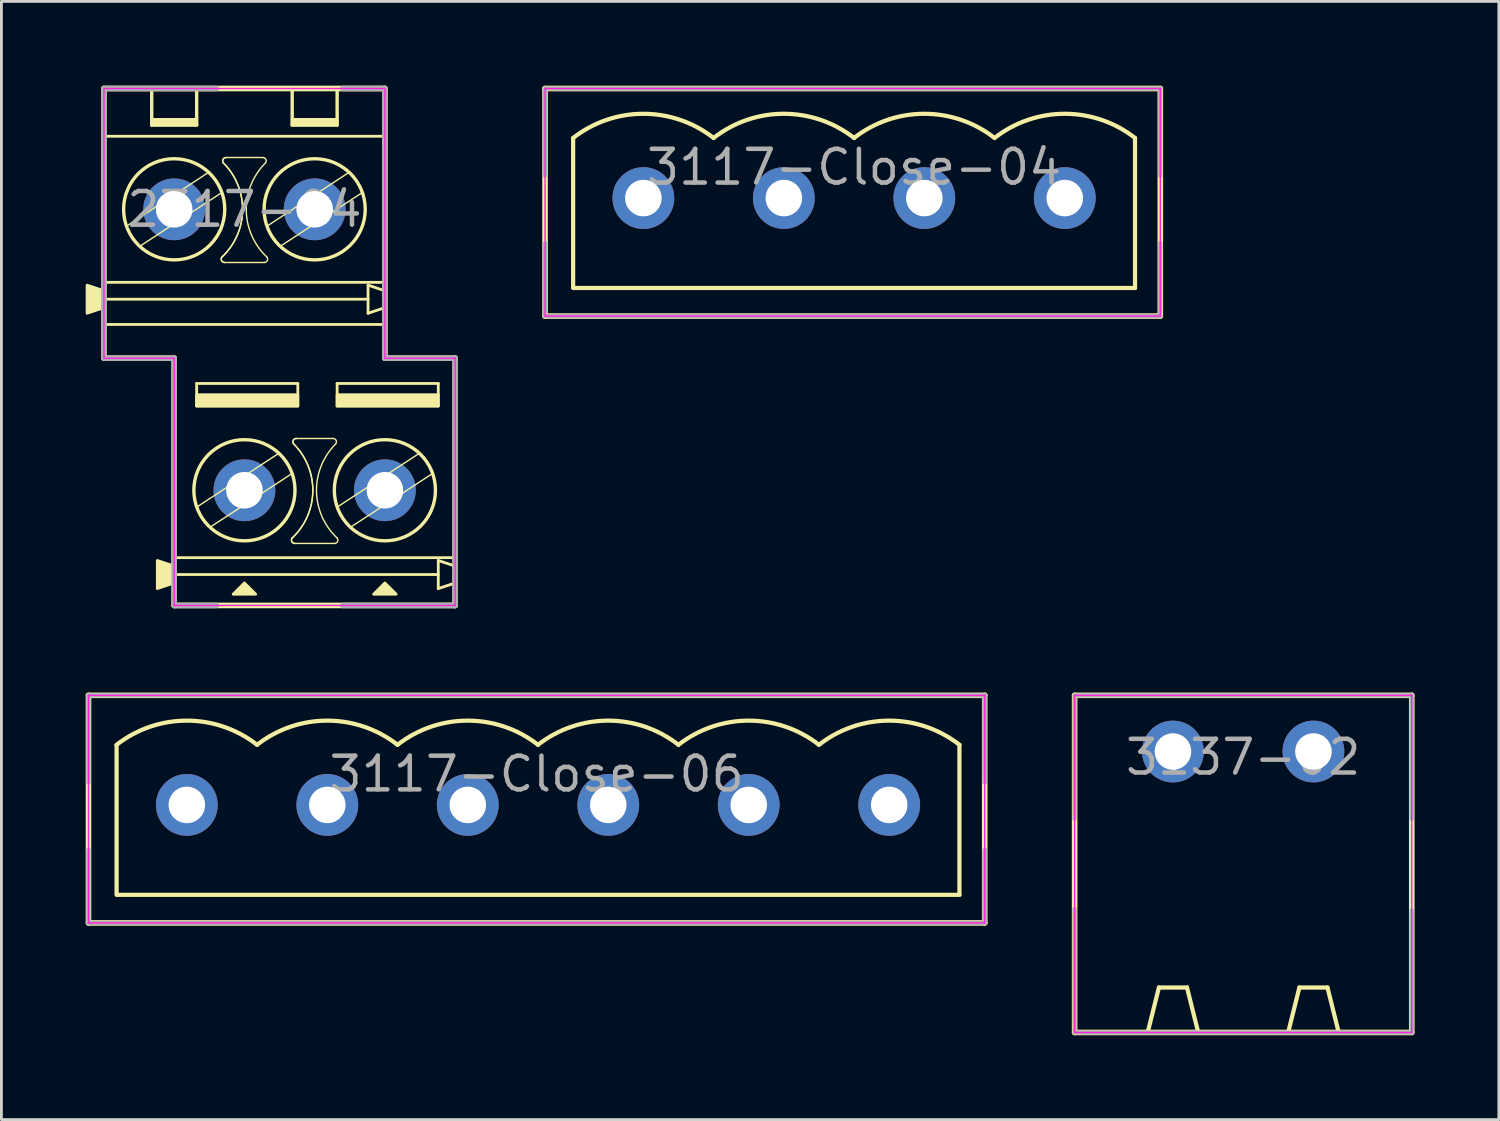
<source format=kicad_pcb>
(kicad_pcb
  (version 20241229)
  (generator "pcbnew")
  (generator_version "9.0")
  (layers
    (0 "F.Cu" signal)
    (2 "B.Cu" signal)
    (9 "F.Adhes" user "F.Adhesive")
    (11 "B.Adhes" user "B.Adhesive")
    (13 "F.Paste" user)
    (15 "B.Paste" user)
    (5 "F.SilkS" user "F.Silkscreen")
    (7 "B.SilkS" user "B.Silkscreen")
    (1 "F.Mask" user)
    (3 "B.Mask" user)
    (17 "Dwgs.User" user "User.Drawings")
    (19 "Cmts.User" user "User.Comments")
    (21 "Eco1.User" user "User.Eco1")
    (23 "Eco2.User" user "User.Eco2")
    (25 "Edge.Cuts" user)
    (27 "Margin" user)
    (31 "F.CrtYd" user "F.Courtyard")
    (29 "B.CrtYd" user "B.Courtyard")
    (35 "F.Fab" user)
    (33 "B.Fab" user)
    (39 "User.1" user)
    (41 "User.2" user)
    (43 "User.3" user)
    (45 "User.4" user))
  (footprint "3117-Close-06"
    (layer "F.Cu")
    (at 16.05 25.6)
    (property "Reference" "3117-Close-06" (at 0 -1.1 180) (layer "F.Fab") (effects (font (size 1.2 1.2) (thickness 0.16))))
    (attr through_hole)
    (fp_line (start -15.95 -3.9) (end 15.95 -3.9) (stroke (width 0.2) (type solid)) (layer "F.SilkS"))
    (fp_line (start -15.95 4.2) (end -15.95 -3.9) (stroke (width 0.2) (type solid)) (layer "F.SilkS"))
    (fp_line (start -15.95 4.2) (end 15.95 4.2) (stroke (width 0.2) (type solid)) (layer "F.SilkS"))
    (fp_line (start -14.95 3.2) (end -14.95 -2.139) (stroke (width 0.15) (type solid)) (layer "F.SilkS"))
    (fp_line (start 15.05 3.2) (end -14.92 3.2) (stroke (width 0.15) (type solid)) (layer "F.SilkS"))
    (fp_line (start 15.05 3.2) (end 15.05 -2.139) (stroke (width 0.15) (type solid)) (layer "F.SilkS"))
    (fp_line (start 15.95 4.2) (end 15.95 -3.9) (stroke (width 0.2) (type solid)) (layer "F.SilkS"))
    (fp_arc (start -14.95 -2.139212) (mid -12.45 -3) (end -9.95 -2.139212) (stroke (width 0.15) (type default)) (layer "F.SilkS"))
    (fp_arc (start -9.95 -2.139212) (mid -7.45 -3) (end -4.95 -2.139212) (stroke (width 0.15) (type default)) (layer "F.SilkS"))
    (fp_arc (start -4.95 -2.139212) (mid -2.45 -3) (end 0.05 -2.139212) (stroke (width 0.15) (type default)) (layer "F.SilkS"))
    (fp_arc (start 0.05 -2.139212) (mid 2.55 -3) (end 5.05 -2.139212) (stroke (width 0.15) (type default)) (layer "F.SilkS"))
    (fp_arc (start 5.05 -2.139212) (mid 7.55 -3) (end 10.05 -2.139212) (stroke (width 0.15) (type default)) (layer "F.SilkS"))
    (fp_arc (start 10.05 -2.139212) (mid 12.55 -3) (end 15.05 -2.139212) (stroke (width 0.15) (type default)) (layer "F.SilkS"))
    (fp_line (start -15.95 -3.9) (end -15.95 4.2) (stroke (width 0.05) (type solid)) (layer "F.CrtYd"))
    (fp_line (start -15.95 -3.9) (end 15.95 -3.9) (stroke (width 0.05) (type solid)) (layer "F.CrtYd"))
    (fp_line (start -15.95 4.2) (end 15.95 4.2) (stroke (width 0.05) (type solid)) (layer "F.CrtYd"))
    (fp_line (start 15.95 -3.9) (end 15.95 4.2) (stroke (width 0.05) (type solid)) (layer "F.CrtYd"))
    (fp_line (start -15.95 -3.9) (end -15.95 -0.8) (stroke (width 0.15) (type solid)) (layer "F.Fab"))
    (fp_line (start -15.95 -3.9) (end 15.95 -3.9) (stroke (width 0.15) (type solid)) (layer "F.Fab"))
    (fp_line (start -15.95 1.6) (end -15.95 4.2) (stroke (width 0.15) (type solid)) (layer "F.Fab"))
    (fp_line (start -15.95 4.2) (end 15.95 4.2) (stroke (width 0.15) (type solid)) (layer "F.Fab"))
    (fp_line (start 15.95 -3.9) (end 15.95 -0.8) (stroke (width 0.15) (type solid)) (layer "F.Fab"))
    (fp_line (start 15.95 -3.9) (end 15.95 -0.8) (stroke (width 0.15) (type solid)) (layer "F.Fab"))
    (fp_line (start 15.95 1.6) (end 15.95 4.2) (stroke (width 0.15) (type solid)) (layer "F.Fab"))
    (fp_line (start 15.95 1.6) (end 15.95 4.2) (stroke (width 0.15) (type solid)) (layer "F.Fab"))
    (pad "1" thru_hole circle (at -12.45 0) (size 2.2 2.2) (drill 1.3) (layers "*.Cu" "*.Mask"))
    (pad "2" thru_hole circle (at -7.45 0) (size 2.2 2.2) (drill 1.3) (layers "*.Cu" "*.Mask"))
    (pad "3" thru_hole circle (at -2.45 0) (size 2.2 2.2) (drill 1.3) (layers "*.Cu" "*.Mask"))
    (pad "4" thru_hole circle (at 2.55 0) (size 2.2 2.2) (drill 1.3) (layers "*.Cu" "*.Mask"))
    (pad "5" thru_hole circle (at 7.55 0) (size 2.2 2.2) (drill 1.3) (layers "*.Cu" "*.Mask"))
    (pad "6" thru_hole circle (at 12.55 0) (size 2.2 2.2) (drill 1.3) (layers "*.Cu" "*.Mask")))
  (footprint "3137-02"
    (layer "F.Cu")
    (at 41.2 23.7)
    (property "Reference" "3137-02" (at 0 0.2 180) (layer "F.Fab") (effects (font (size 1.2 1.2) (thickness 0.16))))
    (attr through_hole)
    (fp_line (start -6 10) (end -6 -2) (stroke (width 0.2) (type solid)) (layer "F.SilkS"))
    (fp_line (start -6 10) (end 6 10) (stroke (width 0.2) (type solid)) (layer "F.SilkS"))
    (fp_line (start -3 8.4) (end -3.4 10) (stroke (width 0.15) (type solid)) (layer "F.SilkS"))
    (fp_line (start -3 8.4) (end -2 8.4) (stroke (width 0.15) (type solid)) (layer "F.SilkS"))
    (fp_line (start -2 8.4) (end -1.6 10) (stroke (width 0.15) (type solid)) (layer "F.SilkS"))
    (fp_line (start 2 8.4) (end 1.6 10) (stroke (width 0.15) (type solid)) (layer "F.SilkS"))
    (fp_line (start 2 8.4) (end 3 8.4) (stroke (width 0.15) (type solid)) (layer "F.SilkS"))
    (fp_line (start 3 8.4) (end 3.4 10) (stroke (width 0.15) (type solid)) (layer "F.SilkS"))
    (fp_line (start 6 -2) (end -6 -2) (stroke (width 0.2) (type solid)) (layer "F.SilkS"))
    (fp_line (start 6 10) (end 6 -2) (stroke (width 0.2) (type solid)) (layer "F.SilkS"))
    (fp_line (start -6 -2) (end -6 10) (stroke (width 0.05) (type solid)) (layer "F.CrtYd"))
    (fp_line (start -6 -2) (end 6 -2) (stroke (width 0.05) (type solid)) (layer "F.CrtYd"))
    (fp_line (start -6 10) (end 6 10) (stroke (width 0.05) (type solid)) (layer "F.CrtYd"))
    (fp_line (start 6 -2) (end 6 10) (stroke (width 0.05) (type solid)) (layer "F.CrtYd"))
    (fp_line (start -6 -2) (end -6 2.4) (stroke (width 0.15) (type solid)) (layer "F.Fab"))
    (fp_line (start -6 -2) (end 6 -2) (stroke (width 0.15) (type solid)) (layer "F.Fab"))
    (fp_line (start -6 5.6) (end -6 10) (stroke (width 0.15) (type solid)) (layer "F.Fab"))
    (fp_line (start -6 10) (end 6 10) (stroke (width 0.15) (type solid)) (layer "F.Fab"))
    (fp_line (start 6 -2) (end 6 2.4) (stroke (width 0.15) (type solid)) (layer "F.Fab"))
    (fp_line (start 6 5.65) (end 6 10) (stroke (width 0.15) (type solid)) (layer "F.Fab"))
    (pad "1" thru_hole circle (at -2.5 0) (size 2.2 2.2) (drill 1.3) (layers "*.Cu" "*.Mask"))
    (pad "2" thru_hole circle (at 2.5 0) (size 2.2 2.2) (drill 1.3) (layers "*.Cu" "*.Mask")))
  (footprint "3117-Close-04"
    (layer "F.Cu")
    (at 27.35 4)
    (property "Reference" "3117-Close-04" (at 0 -1.1 180) (layer "F.Fab") (effects (font (size 1.2 1.2) (thickness 0.16))))
    (attr through_hole)
    (fp_line (start -11 -3.9) (end 10.9 -3.9) (stroke (width 0.2) (type solid)) (layer "F.SilkS"))
    (fp_line (start -11 4.2) (end -11 -3.9) (stroke (width 0.2) (type solid)) (layer "F.SilkS"))
    (fp_line (start -11 4.2) (end 10.9 4.2) (stroke (width 0.2) (type solid)) (layer "F.SilkS"))
    (fp_line (start -10 3.2) (end -10 -2.139) (stroke (width 0.15) (type solid)) (layer "F.SilkS"))
    (fp_line (start 10 3.2) (end -9.97 3.2) (stroke (width 0.15) (type solid)) (layer "F.SilkS"))
    (fp_line (start 10 3.2) (end 10 -2.139) (stroke (width 0.15) (type solid)) (layer "F.SilkS"))
    (fp_line (start 10.9 4.2) (end 10.9 -3.9) (stroke (width 0.2) (type solid)) (layer "F.SilkS"))
    (fp_arc (start -10 -2.139212) (mid -7.5 -3) (end -5 -2.139212) (stroke (width 0.15) (type default)) (layer "F.SilkS"))
    (fp_arc (start -5 -2.139212) (mid -2.5 -3) (end 0 -2.139212) (stroke (width 0.15) (type default)) (layer "F.SilkS"))
    (fp_arc (start 0 -2.139212) (mid 2.5 -3) (end 5 -2.139212) (stroke (width 0.15) (type default)) (layer "F.SilkS"))
    (fp_arc (start 5 -2.139212) (mid 7.5 -3) (end 10 -2.139212) (stroke (width 0.15) (type default)) (layer "F.SilkS"))
    (fp_line (start -11 -3.9) (end -11 4.2) (stroke (width 0.05) (type solid)) (layer "F.CrtYd"))
    (fp_line (start -11 -3.9) (end 10.9 -3.9) (stroke (width 0.05) (type solid)) (layer "F.CrtYd"))
    (fp_line (start -11 4.2) (end 10.9 4.2) (stroke (width 0.05) (type solid)) (layer "F.CrtYd"))
    (fp_line (start 10.9 -3.9) (end 10.9 4.2) (stroke (width 0.05) (type solid)) (layer "F.CrtYd"))
    (fp_line (start -11 -3.9) (end -11 -0.8) (stroke (width 0.15) (type solid)) (layer "F.Fab"))
    (fp_line (start -11 -3.9) (end 10.9 -3.9) (stroke (width 0.15) (type solid)) (layer "F.Fab"))
    (fp_line (start -11 1.6) (end -11 4.2) (stroke (width 0.15) (type solid)) (layer "F.Fab"))
    (fp_line (start -11 4.2) (end 10.9 4.2) (stroke (width 0.15) (type solid)) (layer "F.Fab"))
    (fp_line (start 10.9 -3.9) (end 10.9 -0.8) (stroke (width 0.15) (type solid)) (layer "F.Fab"))
    (fp_line (start 10.9 1.6) (end 10.9 4.2) (stroke (width 0.15) (type solid)) (layer "F.Fab"))
    (pad "1" thru_hole circle (at -7.5 0) (size 2.2 2.2) (drill 1.3) (layers "*.Cu" "*.Mask"))
    (pad "2" thru_hole circle (at -2.5 0) (size 2.2 2.2) (drill 1.3) (layers "*.Cu" "*.Mask"))
    (pad "3" thru_hole circle (at 2.5 0) (size 2.2 2.2) (drill 1.3) (layers "*.Cu" "*.Mask"))
    (pad "4" thru_hole circle (at 7.5 0) (size 2.2 2.2) (drill 1.3) (layers "*.Cu" "*.Mask")))
  (footprint "2317-04"
    (layer "F.Cu")
    (at 8.15 9.4)
    (property "Reference" "2317-04" (at -2.5 -5 180) (layer "F.Fab") (effects (font (size 1.2 1.2) (thickness 0.16))))
    (attr through_hole)
    (fp_line (start -7.5 -9.3) (end -7.5 0.3) (stroke (width 0.2) (type solid)) (layer "F.SilkS"))
    (fp_line (start -7.5 -9.3) (end 2.5 -9.3) (stroke (width 0.2) (type solid)) (layer "F.SilkS"))
    (fp_line (start -7.5 -7.6) (end 2.5 -7.6) (stroke (width 0.1) (type solid)) (layer "F.SilkS"))
    (fp_line (start -7.5 -2.4) (end 2.5 -2.4) (stroke (width 0.1) (type solid)) (layer "F.SilkS"))
    (fp_line (start -7.5 -1.8) (end 1.9 -1.8) (stroke (width 0.1) (type solid)) (layer "F.SilkS"))
    (fp_line (start -7.5 -0.9) (end 2.5 -0.9) (stroke (width 0.1) (type solid)) (layer "F.SilkS"))
    (fp_line (start -7.5 0.3) (end -5 0.3) (stroke (width 0.2) (type solid)) (layer "F.SilkS"))
    (fp_line (start -6.7 -4.4) (end -3.8 -6.3) (stroke (width 0.05) (type solid)) (layer "F.SilkS"))
    (fp_line (start -6.2 -3.7) (end -3.3 -5.6) (stroke (width 0.05) (type solid)) (layer "F.SilkS"))
    (fp_line (start -5.8 -9.3) (end -5.8 -8) (stroke (width 0.12) (type solid)) (layer "F.SilkS"))
    (fp_line (start -5.8 -8) (end -4.2 -8) (stroke (width 0.12) (type solid)) (layer "F.SilkS"))
    (fp_line (start -5 0.3) (end -5 9.1) (stroke (width 0.2) (type solid)) (layer "F.SilkS"))
    (fp_line (start -5 7.4) (end 5 7.4) (stroke (width 0.1) (type solid)) (layer "F.SilkS"))
    (fp_line (start -5 8) (end 4.4 8) (stroke (width 0.1) (type solid)) (layer "F.SilkS"))
    (fp_line (start -5 9.1) (end 5 9.1) (stroke (width 0.2) (type solid)) (layer "F.SilkS"))
    (fp_line (start -4.2 -8) (end -4.2 -9.3) (stroke (width 0.12) (type solid)) (layer "F.SilkS"))
    (fp_line (start -4.2 1.2) (end -0.6 1.2) (stroke (width 0.1) (type solid)) (layer "F.SilkS"))
    (fp_line (start -4.2 2) (end -4.2 1.2) (stroke (width 0.1) (type solid)) (layer "F.SilkS"))
    (fp_line (start -4.2 2) (end -0.6 2) (stroke (width 0.1) (type solid)) (layer "F.SilkS"))
    (fp_line (start -4.2 5.6) (end -1.3 3.7) (stroke (width 0.05) (type solid)) (layer "F.SilkS"))
    (fp_line (start -3.7 6.3) (end -0.8 4.4) (stroke (width 0.05) (type solid)) (layer "F.SilkS"))
    (fp_line (start -3.209 -3.107) (end -1.791 -3.107) (stroke (width 0.05) (type solid)) (layer "F.SilkS"))
    (fp_line (start -3.157 -6.843) (end -1.843 -6.843) (stroke (width 0.05) (type solid)) (layer "F.SilkS"))
    (fp_line (start -1.7 -4.4) (end 1.2 -6.3) (stroke (width 0.05) (type solid)) (layer "F.SilkS"))
    (fp_line (start -1.2 -3.7) (end 1.7 -5.6) (stroke (width 0.05) (type solid)) (layer "F.SilkS"))
    (fp_line (start -0.8 -9.3) (end -0.8 -8) (stroke (width 0.12) (type solid)) (layer "F.SilkS"))
    (fp_line (start -0.8 -8) (end 0.8 -8) (stroke (width 0.12) (type solid)) (layer "F.SilkS"))
    (fp_line (start -0.709 6.893) (end 0.709 6.893) (stroke (width 0.05) (type solid)) (layer "F.SilkS"))
    (fp_line (start -0.657 3.157) (end 0.657 3.157) (stroke (width 0.05) (type solid)) (layer "F.SilkS"))
    (fp_line (start -0.6 2) (end -0.6 1.2) (stroke (width 0.1) (type solid)) (layer "F.SilkS"))
    (fp_line (start 0.8 -8) (end 0.8 -9.3) (stroke (width 0.12) (type solid)) (layer "F.SilkS"))
    (fp_line (start 0.8 1.2) (end 4.4 1.2) (stroke (width 0.1) (type solid)) (layer "F.SilkS"))
    (fp_line (start 0.8 2) (end 0.8 1.2) (stroke (width 0.1) (type solid)) (layer "F.SilkS"))
    (fp_line (start 0.8 2) (end 4.4 2) (stroke (width 0.1) (type solid)) (layer "F.SilkS"))
    (fp_line (start 0.8 5.6) (end 3.7 3.7) (stroke (width 0.05) (type solid)) (layer "F.SilkS"))
    (fp_line (start 1.3 6.3) (end 4.2 4.4) (stroke (width 0.05) (type solid)) (layer "F.SilkS"))
    (fp_line (start 1.9 -2.3) (end 1.9 -1.3) (stroke (width 0.1) (type solid)) (layer "F.SilkS"))
    (fp_line (start 1.9 -1.3) (end 2.5 -1.5) (stroke (width 0.1) (type solid)) (layer "F.SilkS"))
    (fp_line (start 2.5 -9.3) (end 2.5 0.3) (stroke (width 0.2) (type solid)) (layer "F.SilkS"))
    (fp_line (start 2.5 -2.1) (end 1.9 -2.3) (stroke (width 0.1) (type solid)) (layer "F.SilkS"))
    (fp_line (start 2.5 0.3) (end 5 0.3) (stroke (width 0.2) (type solid)) (layer "F.SilkS"))
    (fp_line (start 4.4 2) (end 4.4 1.2) (stroke (width 0.1) (type solid)) (layer "F.SilkS"))
    (fp_line (start 4.4 7.5) (end 4.4 8.5) (stroke (width 0.1) (type solid)) (layer "F.SilkS"))
    (fp_line (start 4.4 8.5) (end 5 8.3) (stroke (width 0.1) (type solid)) (layer "F.SilkS"))
    (fp_line (start 5 0.3) (end 5 9.1) (stroke (width 0.2) (type solid)) (layer "F.SilkS"))
    (fp_line (start 5 7.7) (end 4.4 7.5) (stroke (width 0.1) (type solid)) (layer "F.SilkS"))
    (fp_arc (start -3.248215 -6.649727) (mid -2.565757 -4.963913) (end -3.300001 -3.300001) (stroke (width 0.05) (type solid)) (layer "F.SilkS"))
    (fp_arc (start -3.248215 -6.649727) (mid -2.565757 -4.963913) (end -3.300001 -3.300001) (stroke (width 0.05) (type solid)) (layer "F.SilkS"))
    (fp_arc (start -3.248215 -6.649727) (mid -3.26353 -6.775199) (end -3.15671 -6.842779) (stroke (width 0.05) (type solid)) (layer "F.SilkS"))
    (fp_arc (start -3.248215 -6.649727) (mid -3.26353 -6.775199) (end -3.15671 -6.842779) (stroke (width 0.05) (type solid)) (layer "F.SilkS"))
    (fp_arc (start -3.208524 -3.106916) (mid -3.315353 -3.174516) (end -3.300001 -3.300001) (stroke (width 0.05) (type solid)) (layer "F.SilkS"))
    (fp_arc (start -3.208524 -3.106916) (mid -3.315353 -3.174516) (end -3.300001 -3.300001) (stroke (width 0.05) (type solid)) (layer "F.SilkS"))
    (fp_arc (start -1.84329 -6.842779) (mid -1.736461 -6.775179) (end -1.751813 -6.649694) (stroke (width 0.05) (type solid)) (layer "F.SilkS"))
    (fp_arc (start -1.699999 -3.300001) (mid -1.684647 -3.174516) (end -1.791476 -3.106916) (stroke (width 0.05) (type solid)) (layer "F.SilkS"))
    (fp_arc (start -1.699999 -3.300001) (mid -2.434243 -4.963913) (end -1.751785 -6.649727) (stroke (width 0.05) (type solid)) (layer "F.SilkS"))
    (fp_arc (start -0.748215 3.350273) (mid -0.065757 5.036087) (end -0.800001 6.699999) (stroke (width 0.05) (type solid)) (layer "F.SilkS"))
    (fp_arc (start -0.748215 3.350273) (mid -0.065757 5.036087) (end -0.800001 6.699999) (stroke (width 0.05) (type solid)) (layer "F.SilkS"))
    (fp_arc (start -0.748215 3.350273) (mid -0.76353 3.224801) (end -0.65671 3.157221) (stroke (width 0.05) (type solid)) (layer "F.SilkS"))
    (fp_arc (start -0.748215 3.350273) (mid -0.76353 3.224801) (end -0.65671 3.157221) (stroke (width 0.05) (type solid)) (layer "F.SilkS"))
    (fp_arc (start -0.708524 6.893084) (mid -0.815353 6.825484) (end -0.800001 6.699999) (stroke (width 0.05) (type solid)) (layer "F.SilkS"))
    (fp_arc (start -0.708524 6.893084) (mid -0.815353 6.825484) (end -0.800001 6.699999) (stroke (width 0.05) (type solid)) (layer "F.SilkS"))
    (fp_arc (start 0.65671 3.157221) (mid 0.763539 3.224821) (end 0.748187 3.350306) (stroke (width 0.05) (type solid)) (layer "F.SilkS"))
    (fp_arc (start 0.800001 6.699999) (mid 0.815353 6.825484) (end 0.708524 6.893084) (stroke (width 0.05) (type solid)) (layer "F.SilkS"))
    (fp_arc (start 0.800001 6.699999) (mid 0.065757 5.036087) (end 0.748215 3.350273) (stroke (width 0.05) (type solid)) (layer "F.SilkS"))
    (fp_circle (center -5 -5) (end -3.2 -5) (stroke (width 0.12) (type solid)) (fill no) (layer "F.SilkS"))
    (fp_circle (center -2.5 5) (end -0.7 5) (stroke (width 0.12) (type solid)) (fill no) (layer "F.SilkS"))
    (fp_circle (center 0 -5) (end 1.8 -5) (stroke (width 0.12) (type solid)) (fill no) (layer "F.SilkS"))
    (fp_circle (center 2.5 5) (end 4.3 5) (stroke (width 0.12) (type solid)) (fill no) (layer "F.SilkS"))
    (fp_poly (pts (xy -2.1 8.7) (xy -2.9 8.7) (xy -2.5 8.3)) (stroke (width 0.1) (type solid)) (fill yes) (layer "F.SilkS"))
    (fp_poly (pts (xy 2.9 8.7) (xy 2.1 8.7) (xy 2.5 8.3)) (stroke (width 0.1) (type solid)) (fill yes) (layer "F.SilkS"))
    (fp_poly (pts (xy -8.1 -2.3) (xy -7.5 -2.1) (xy -7.5 -1.5) (xy -8.1 -1.3)) (stroke (width 0.1) (type solid)) (fill yes) (layer "F.SilkS"))
    (fp_poly (pts (xy -5.6 7.5) (xy -5 7.7) (xy -5 8.3) (xy -5.6 8.5)) (stroke (width 0.1) (type solid)) (fill yes) (layer "F.SilkS"))
    (fp_poly (pts (xy -4.2 -8) (xy -5.8 -8) (xy -5.8 -8.2) (xy -4.2 -8.2)) (stroke (width 0.1) (type solid)) (fill yes) (layer "F.SilkS"))
    (fp_poly (pts (xy -0.6 2) (xy -4.2 2) (xy -4.2 1.6) (xy -0.6 1.6)) (stroke (width 0.1) (type solid)) (fill yes) (layer "F.SilkS"))
    (fp_poly (pts (xy 0.8 -8) (xy -0.8 -8) (xy -0.8 -8.2) (xy 0.8 -8.2)) (stroke (width 0.1) (type solid)) (fill yes) (layer "F.SilkS"))
    (fp_poly (pts (xy 4.4 2) (xy 0.8 2) (xy 0.8 1.6) (xy 4.4 1.6)) (stroke (width 0.1) (type solid)) (fill yes) (layer "F.SilkS"))
    (fp_line (start -7.5 -9.3) (end -7.5 0.3) (stroke (width 0.05) (type solid)) (layer "F.CrtYd"))
    (fp_line (start -7.5 -9.3) (end 2.5 -9.3) (stroke (width 0.05) (type solid)) (layer "F.CrtYd"))
    (fp_line (start -7.5 0.3) (end -5 0.3) (stroke (width 0.05) (type solid)) (layer "F.CrtYd"))
    (fp_line (start -5 0.3) (end -5 9.1) (stroke (width 0.05) (type solid)) (layer "F.CrtYd"))
    (fp_line (start -5 9.1) (end 5 9.1) (stroke (width 0.05) (type solid)) (layer "F.CrtYd"))
    (fp_line (start 2.5 -9.3) (end 2.5 0.3) (stroke (width 0.05) (type solid)) (layer "F.CrtYd"))
    (fp_line (start 2.5 0.3) (end 5 0.3) (stroke (width 0.05) (type solid)) (layer "F.CrtYd"))
    (fp_line (start 5 0.3) (end 5 9.1) (stroke (width 0.05) (type solid)) (layer "F.CrtYd"))
    (fp_line (start -7.5 0.3) (end -7.5 -9.3) (stroke (width 0.2) (type solid)) (layer "F.Fab"))
    (fp_line (start -5 0.3) (end -7.5 0.3) (stroke (width 0.2) (type solid)) (layer "F.Fab"))
    (fp_line (start -5 9.1) (end -5 0.3) (stroke (width 0.2) (type solid)) (layer "F.Fab"))
    (fp_line (start -3.5 -9.3) (end -7.5 -9.3) (stroke (width 0.2) (type solid)) (layer "F.Fab"))
    (fp_line (start -3.5 9.1) (end -5 9.1) (stroke (width 0.2) (type solid)) (layer "F.Fab"))
    (fp_line (start 2.5 -9.3) (end 1 -9.3) (stroke (width 0.2) (type solid)) (layer "F.Fab"))
    (fp_line (start 2.5 0.3) (end 2.5 -9.3) (stroke (width 0.2) (type solid)) (layer "F.Fab"))
    (fp_line (start 5 0.3) (end 2.5 0.3) (stroke (width 0.2) (type solid)) (layer "F.Fab"))
    (fp_line (start 5 9.1) (end 1 9.1) (stroke (width 0.2) (type solid)) (layer "F.Fab"))
    (fp_line (start 5 9.1) (end 5 0.3) (stroke (width 0.2) (type solid)) (layer "F.Fab"))
    (pad "1" thru_hole circle (at -5 -5) (size 2.2 2.2) (drill 1.3) (layers "*.Cu" "*.Mask"))
    (pad "2" thru_hole circle (at -2.5 5) (size 2.2 2.2) (drill 1.3) (layers "*.Cu" "*.Mask"))
    (pad "3" thru_hole circle (at 0 -5) (size 2.2 2.2) (drill 1.3) (layers "*.Cu" "*.Mask"))
    (pad "4" thru_hole circle (at 2.5 5) (size 2.2 2.2) (drill 1.3) (layers "*.Cu" "*.Mask")))
  (gr_rect
    (start -3 -3)
    (end 50.3 36.8)
    (stroke (width 0.1) (type default))
    (fill no)
    (layer "Edge.Cuts")))
</source>
